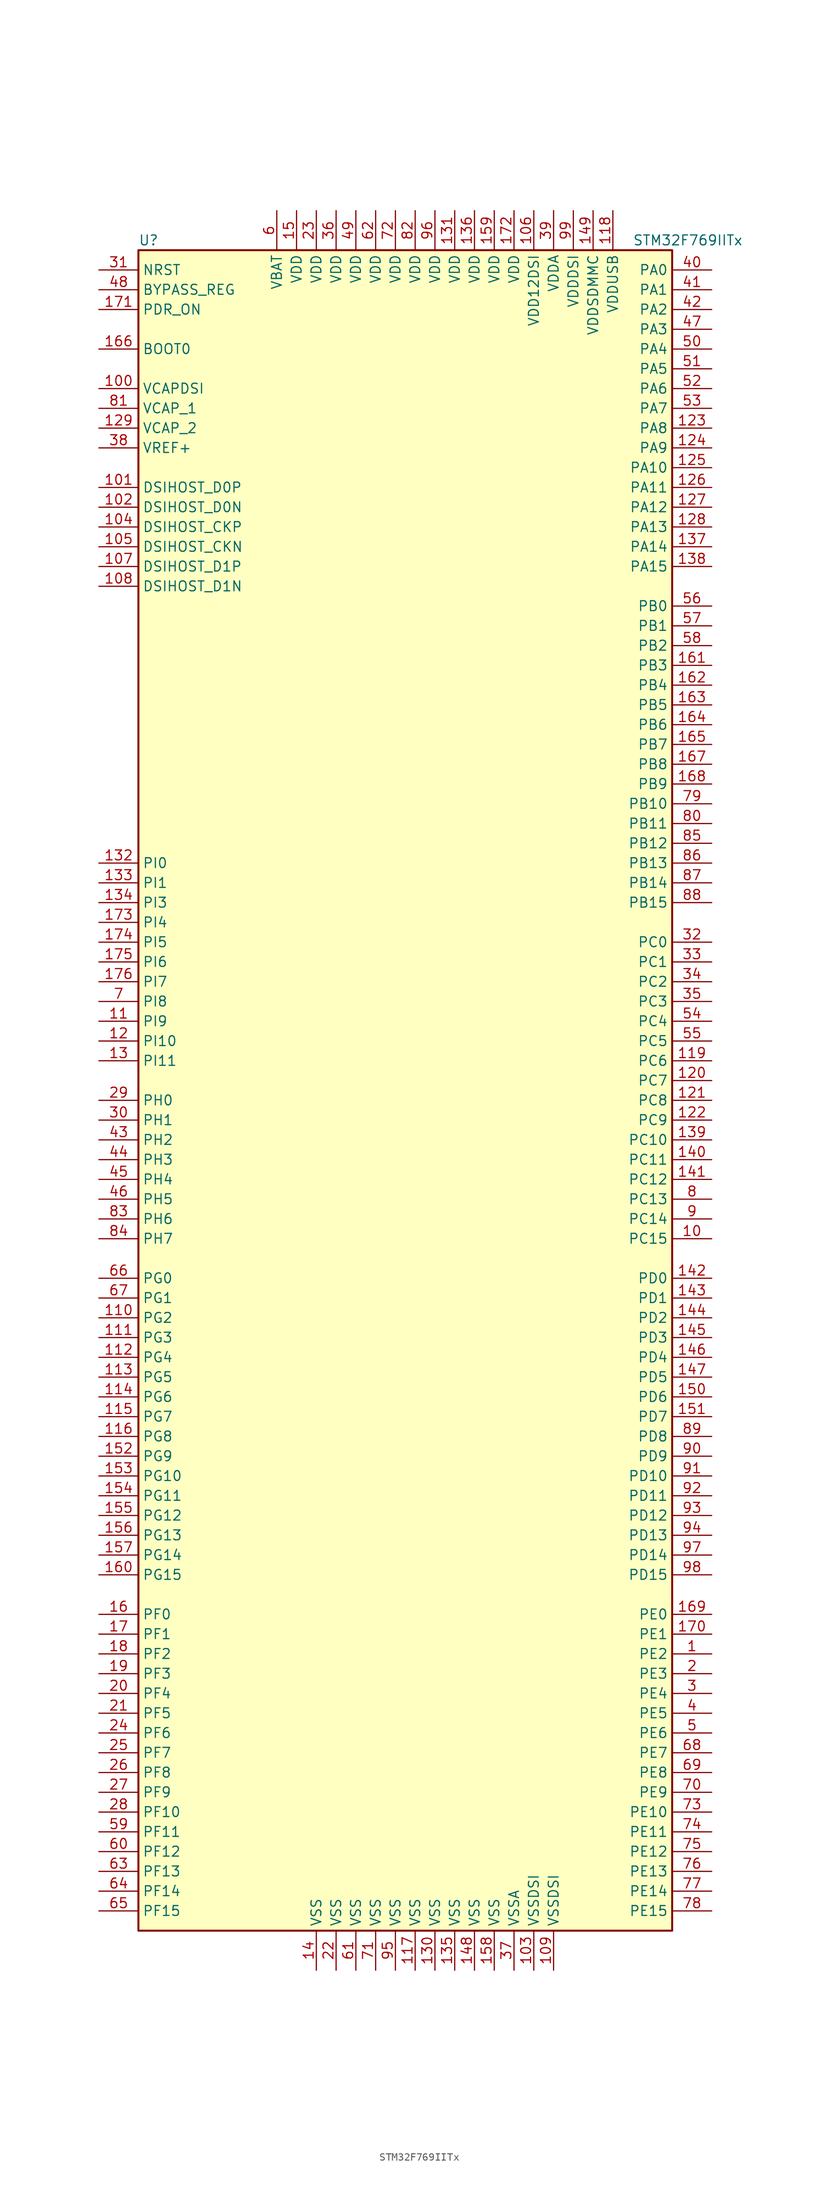
<source format=kicad_sym>
(kicad_symbol_lib
  (version 20201005)
  (generator kicad_symbol_editor)
  (symbol "MCU_ST_STM32F7:STM32F769IITx"
    (property "Reference" "U"
      (at -35.56 107.95 0)
      (effects (font (size 1.27 1.27)) (justify left)))
    (property "Value" "STM32F769IITx"
      (at 27.94 107.95 0)
      (effects (font (size 1.27 1.27)) (justify left)))
    (symbol "STM32F769IITx_0_1"
      (rectangle (start -35.56 -109.22) (end 33.02 106.68) (stroke (width 0.254)) (fill (type background))))
    (symbol "STM32F769IITx_1_1"
      (pin input line (at -40.64 93.98 0) (length 5.08) (name "BOOT0" (effects (font (size 1.27 1.27)))) (number "166" (effects (font (size 1.27 1.27)))))
      (pin input line (at -40.64 101.6 0) (length 5.08) (name "BYPASS_REG" (effects (font (size 1.27 1.27)))) (number "48" (effects (font (size 1.27 1.27)))))
      (pin bidirectional line (at -40.64 68.58 0) (length 5.08) (name "DSIHOST_CKN" (effects (font (size 1.27 1.27)))) (number "105" (effects (font (size 1.27 1.27)))))
      (pin bidirectional line (at -40.64 71.12 0) (length 5.08) (name "DSIHOST_CKP" (effects (font (size 1.27 1.27)))) (number "104" (effects (font (size 1.27 1.27)))))
      (pin bidirectional line (at -40.64 73.66 0) (length 5.08) (name "DSIHOST_D0N" (effects (font (size 1.27 1.27)))) (number "102" (effects (font (size 1.27 1.27)))))
      (pin bidirectional line (at -40.64 76.2 0) (length 5.08) (name "DSIHOST_D0P" (effects (font (size 1.27 1.27)))) (number "101" (effects (font (size 1.27 1.27)))))
      (pin bidirectional line (at -40.64 63.5 0) (length 5.08) (name "DSIHOST_D1N" (effects (font (size 1.27 1.27)))) (number "108" (effects (font (size 1.27 1.27)))))
      (pin bidirectional line (at -40.64 66.04 0) (length 5.08) (name "DSIHOST_D1P" (effects (font (size 1.27 1.27)))) (number "107" (effects (font (size 1.27 1.27)))))
      (pin input line (at -40.64 104.14 0) (length 5.08) (name "NRST" (effects (font (size 1.27 1.27)))) (number "31" (effects (font (size 1.27 1.27)))))
      (pin bidirectional line (at 38.1 104.14 180) (length 5.08) (name "PA0" (effects (font (size 1.27 1.27)))) (number "40" (effects (font (size 1.27 1.27)))))
      (pin bidirectional line (at 38.1 101.6 180) (length 5.08) (name "PA1" (effects (font (size 1.27 1.27)))) (number "41" (effects (font (size 1.27 1.27)))))
      (pin bidirectional line (at 38.1 78.74 180) (length 5.08) (name "PA10" (effects (font (size 1.27 1.27)))) (number "125" (effects (font (size 1.27 1.27)))))
      (pin bidirectional line (at 38.1 76.2 180) (length 5.08) (name "PA11" (effects (font (size 1.27 1.27)))) (number "126" (effects (font (size 1.27 1.27)))))
      (pin bidirectional line (at 38.1 73.66 180) (length 5.08) (name "PA12" (effects (font (size 1.27 1.27)))) (number "127" (effects (font (size 1.27 1.27)))))
      (pin bidirectional line (at 38.1 71.12 180) (length 5.08) (name "PA13" (effects (font (size 1.27 1.27)))) (number "128" (effects (font (size 1.27 1.27)))))
      (pin bidirectional line (at 38.1 68.58 180) (length 5.08) (name "PA14" (effects (font (size 1.27 1.27)))) (number "137" (effects (font (size 1.27 1.27)))))
      (pin bidirectional line (at 38.1 66.04 180) (length 5.08) (name "PA15" (effects (font (size 1.27 1.27)))) (number "138" (effects (font (size 1.27 1.27)))))
      (pin bidirectional line (at 38.1 99.06 180) (length 5.08) (name "PA2" (effects (font (size 1.27 1.27)))) (number "42" (effects (font (size 1.27 1.27)))))
      (pin bidirectional line (at 38.1 96.52 180) (length 5.08) (name "PA3" (effects (font (size 1.27 1.27)))) (number "47" (effects (font (size 1.27 1.27)))))
      (pin bidirectional line (at 38.1 93.98 180) (length 5.08) (name "PA4" (effects (font (size 1.27 1.27)))) (number "50" (effects (font (size 1.27 1.27)))))
      (pin bidirectional line (at 38.1 91.44 180) (length 5.08) (name "PA5" (effects (font (size 1.27 1.27)))) (number "51" (effects (font (size 1.27 1.27)))))
      (pin bidirectional line (at 38.1 88.9 180) (length 5.08) (name "PA6" (effects (font (size 1.27 1.27)))) (number "52" (effects (font (size 1.27 1.27)))))
      (pin bidirectional line (at 38.1 86.36 180) (length 5.08) (name "PA7" (effects (font (size 1.27 1.27)))) (number "53" (effects (font (size 1.27 1.27)))))
      (pin bidirectional line (at 38.1 83.82 180) (length 5.08) (name "PA8" (effects (font (size 1.27 1.27)))) (number "123" (effects (font (size 1.27 1.27)))))
      (pin bidirectional line (at 38.1 81.28 180) (length 5.08) (name "PA9" (effects (font (size 1.27 1.27)))) (number "124" (effects (font (size 1.27 1.27)))))
      (pin bidirectional line (at 38.1 60.96 180) (length 5.08) (name "PB0" (effects (font (size 1.27 1.27)))) (number "56" (effects (font (size 1.27 1.27)))))
      (pin bidirectional line (at 38.1 58.42 180) (length 5.08) (name "PB1" (effects (font (size 1.27 1.27)))) (number "57" (effects (font (size 1.27 1.27)))))
      (pin bidirectional line (at 38.1 35.56 180) (length 5.08) (name "PB10" (effects (font (size 1.27 1.27)))) (number "79" (effects (font (size 1.27 1.27)))))
      (pin bidirectional line (at 38.1 33.02 180) (length 5.08) (name "PB11" (effects (font (size 1.27 1.27)))) (number "80" (effects (font (size 1.27 1.27)))))
      (pin bidirectional line (at 38.1 30.48 180) (length 5.08) (name "PB12" (effects (font (size 1.27 1.27)))) (number "85" (effects (font (size 1.27 1.27)))))
      (pin bidirectional line (at 38.1 27.94 180) (length 5.08) (name "PB13" (effects (font (size 1.27 1.27)))) (number "86" (effects (font (size 1.27 1.27)))))
      (pin bidirectional line (at 38.1 25.4 180) (length 5.08) (name "PB14" (effects (font (size 1.27 1.27)))) (number "87" (effects (font (size 1.27 1.27)))))
      (pin bidirectional line (at 38.1 22.86 180) (length 5.08) (name "PB15" (effects (font (size 1.27 1.27)))) (number "88" (effects (font (size 1.27 1.27)))))
      (pin bidirectional line (at 38.1 55.88 180) (length 5.08) (name "PB2" (effects (font (size 1.27 1.27)))) (number "58" (effects (font (size 1.27 1.27)))))
      (pin bidirectional line (at 38.1 53.34 180) (length 5.08) (name "PB3" (effects (font (size 1.27 1.27)))) (number "161" (effects (font (size 1.27 1.27)))))
      (pin bidirectional line (at 38.1 50.8 180) (length 5.08) (name "PB4" (effects (font (size 1.27 1.27)))) (number "162" (effects (font (size 1.27 1.27)))))
      (pin bidirectional line (at 38.1 48.26 180) (length 5.08) (name "PB5" (effects (font (size 1.27 1.27)))) (number "163" (effects (font (size 1.27 1.27)))))
      (pin bidirectional line (at 38.1 45.72 180) (length 5.08) (name "PB6" (effects (font (size 1.27 1.27)))) (number "164" (effects (font (size 1.27 1.27)))))
      (pin bidirectional line (at 38.1 43.18 180) (length 5.08) (name "PB7" (effects (font (size 1.27 1.27)))) (number "165" (effects (font (size 1.27 1.27)))))
      (pin bidirectional line (at 38.1 40.64 180) (length 5.08) (name "PB8" (effects (font (size 1.27 1.27)))) (number "167" (effects (font (size 1.27 1.27)))))
      (pin bidirectional line (at 38.1 38.1 180) (length 5.08) (name "PB9" (effects (font (size 1.27 1.27)))) (number "168" (effects (font (size 1.27 1.27)))))
      (pin bidirectional line (at 38.1 17.78 180) (length 5.08) (name "PC0" (effects (font (size 1.27 1.27)))) (number "32" (effects (font (size 1.27 1.27)))))
      (pin bidirectional line (at 38.1 15.24 180) (length 5.08) (name "PC1" (effects (font (size 1.27 1.27)))) (number "33" (effects (font (size 1.27 1.27)))))
      (pin bidirectional line (at 38.1 -7.62 180) (length 5.08) (name "PC10" (effects (font (size 1.27 1.27)))) (number "139" (effects (font (size 1.27 1.27)))))
      (pin bidirectional line (at 38.1 -10.16 180) (length 5.08) (name "PC11" (effects (font (size 1.27 1.27)))) (number "140" (effects (font (size 1.27 1.27)))))
      (pin bidirectional line (at 38.1 -12.7 180) (length 5.08) (name "PC12" (effects (font (size 1.27 1.27)))) (number "141" (effects (font (size 1.27 1.27)))))
      (pin bidirectional line (at 38.1 -15.24 180) (length 5.08) (name "PC13" (effects (font (size 1.27 1.27)))) (number "8" (effects (font (size 1.27 1.27)))))
      (pin bidirectional line (at 38.1 -17.78 180) (length 5.08) (name "PC14" (effects (font (size 1.27 1.27)))) (number "9" (effects (font (size 1.27 1.27)))))
      (pin bidirectional line (at 38.1 -20.32 180) (length 5.08) (name "PC15" (effects (font (size 1.27 1.27)))) (number "10" (effects (font (size 1.27 1.27)))))
      (pin bidirectional line (at 38.1 12.7 180) (length 5.08) (name "PC2" (effects (font (size 1.27 1.27)))) (number "34" (effects (font (size 1.27 1.27)))))
      (pin bidirectional line (at 38.1 10.16 180) (length 5.08) (name "PC3" (effects (font (size 1.27 1.27)))) (number "35" (effects (font (size 1.27 1.27)))))
      (pin bidirectional line (at 38.1 7.62 180) (length 5.08) (name "PC4" (effects (font (size 1.27 1.27)))) (number "54" (effects (font (size 1.27 1.27)))))
      (pin bidirectional line (at 38.1 5.08 180) (length 5.08) (name "PC5" (effects (font (size 1.27 1.27)))) (number "55" (effects (font (size 1.27 1.27)))))
      (pin bidirectional line (at 38.1 2.54 180) (length 5.08) (name "PC6" (effects (font (size 1.27 1.27)))) (number "119" (effects (font (size 1.27 1.27)))))
      (pin bidirectional line (at 38.1 0 180) (length 5.08) (name "PC7" (effects (font (size 1.27 1.27)))) (number "120" (effects (font (size 1.27 1.27)))))
      (pin bidirectional line (at 38.1 -2.54 180) (length 5.08) (name "PC8" (effects (font (size 1.27 1.27)))) (number "121" (effects (font (size 1.27 1.27)))))
      (pin bidirectional line (at 38.1 -5.08 180) (length 5.08) (name "PC9" (effects (font (size 1.27 1.27)))) (number "122" (effects (font (size 1.27 1.27)))))
      (pin bidirectional line (at 38.1 -25.4 180) (length 5.08) (name "PD0" (effects (font (size 1.27 1.27)))) (number "142" (effects (font (size 1.27 1.27)))))
      (pin bidirectional line (at 38.1 -27.94 180) (length 5.08) (name "PD1" (effects (font (size 1.27 1.27)))) (number "143" (effects (font (size 1.27 1.27)))))
      (pin bidirectional line (at 38.1 -50.8 180) (length 5.08) (name "PD10" (effects (font (size 1.27 1.27)))) (number "91" (effects (font (size 1.27 1.27)))))
      (pin bidirectional line (at 38.1 -53.34 180) (length 5.08) (name "PD11" (effects (font (size 1.27 1.27)))) (number "92" (effects (font (size 1.27 1.27)))))
      (pin bidirectional line (at 38.1 -55.88 180) (length 5.08) (name "PD12" (effects (font (size 1.27 1.27)))) (number "93" (effects (font (size 1.27 1.27)))))
      (pin bidirectional line (at 38.1 -58.42 180) (length 5.08) (name "PD13" (effects (font (size 1.27 1.27)))) (number "94" (effects (font (size 1.27 1.27)))))
      (pin bidirectional line (at 38.1 -60.96 180) (length 5.08) (name "PD14" (effects (font (size 1.27 1.27)))) (number "97" (effects (font (size 1.27 1.27)))))
      (pin bidirectional line (at 38.1 -63.5 180) (length 5.08) (name "PD15" (effects (font (size 1.27 1.27)))) (number "98" (effects (font (size 1.27 1.27)))))
      (pin bidirectional line (at 38.1 -30.48 180) (length 5.08) (name "PD2" (effects (font (size 1.27 1.27)))) (number "144" (effects (font (size 1.27 1.27)))))
      (pin bidirectional line (at 38.1 -33.02 180) (length 5.08) (name "PD3" (effects (font (size 1.27 1.27)))) (number "145" (effects (font (size 1.27 1.27)))))
      (pin bidirectional line (at 38.1 -35.56 180) (length 5.08) (name "PD4" (effects (font (size 1.27 1.27)))) (number "146" (effects (font (size 1.27 1.27)))))
      (pin bidirectional line (at 38.1 -38.1 180) (length 5.08) (name "PD5" (effects (font (size 1.27 1.27)))) (number "147" (effects (font (size 1.27 1.27)))))
      (pin bidirectional line (at 38.1 -40.64 180) (length 5.08) (name "PD6" (effects (font (size 1.27 1.27)))) (number "150" (effects (font (size 1.27 1.27)))))
      (pin bidirectional line (at 38.1 -43.18 180) (length 5.08) (name "PD7" (effects (font (size 1.27 1.27)))) (number "151" (effects (font (size 1.27 1.27)))))
      (pin bidirectional line (at 38.1 -45.72 180) (length 5.08) (name "PD8" (effects (font (size 1.27 1.27)))) (number "89" (effects (font (size 1.27 1.27)))))
      (pin bidirectional line (at 38.1 -48.26 180) (length 5.08) (name "PD9" (effects (font (size 1.27 1.27)))) (number "90" (effects (font (size 1.27 1.27)))))
      (pin input line (at -40.64 99.06 0) (length 5.08) (name "PDR_ON" (effects (font (size 1.27 1.27)))) (number "171" (effects (font (size 1.27 1.27)))))
      (pin bidirectional line (at 38.1 -68.58 180) (length 5.08) (name "PE0" (effects (font (size 1.27 1.27)))) (number "169" (effects (font (size 1.27 1.27)))))
      (pin bidirectional line (at 38.1 -71.12 180) (length 5.08) (name "PE1" (effects (font (size 1.27 1.27)))) (number "170" (effects (font (size 1.27 1.27)))))
      (pin bidirectional line (at 38.1 -93.98 180) (length 5.08) (name "PE10" (effects (font (size 1.27 1.27)))) (number "73" (effects (font (size 1.27 1.27)))))
      (pin bidirectional line (at 38.1 -96.52 180) (length 5.08) (name "PE11" (effects (font (size 1.27 1.27)))) (number "74" (effects (font (size 1.27 1.27)))))
      (pin bidirectional line (at 38.1 -99.06 180) (length 5.08) (name "PE12" (effects (font (size 1.27 1.27)))) (number "75" (effects (font (size 1.27 1.27)))))
      (pin bidirectional line (at 38.1 -101.6 180) (length 5.08) (name "PE13" (effects (font (size 1.27 1.27)))) (number "76" (effects (font (size 1.27 1.27)))))
      (pin bidirectional line (at 38.1 -104.14 180) (length 5.08) (name "PE14" (effects (font (size 1.27 1.27)))) (number "77" (effects (font (size 1.27 1.27)))))
      (pin bidirectional line (at 38.1 -106.68 180) (length 5.08) (name "PE15" (effects (font (size 1.27 1.27)))) (number "78" (effects (font (size 1.27 1.27)))))
      (pin bidirectional line (at 38.1 -73.66 180) (length 5.08) (name "PE2" (effects (font (size 1.27 1.27)))) (number "1" (effects (font (size 1.27 1.27)))))
      (pin bidirectional line (at 38.1 -76.2 180) (length 5.08) (name "PE3" (effects (font (size 1.27 1.27)))) (number "2" (effects (font (size 1.27 1.27)))))
      (pin bidirectional line (at 38.1 -78.74 180) (length 5.08) (name "PE4" (effects (font (size 1.27 1.27)))) (number "3" (effects (font (size 1.27 1.27)))))
      (pin bidirectional line (at 38.1 -81.28 180) (length 5.08) (name "PE5" (effects (font (size 1.27 1.27)))) (number "4" (effects (font (size 1.27 1.27)))))
      (pin bidirectional line (at 38.1 -83.82 180) (length 5.08) (name "PE6" (effects (font (size 1.27 1.27)))) (number "5" (effects (font (size 1.27 1.27)))))
      (pin bidirectional line (at 38.1 -86.36 180) (length 5.08) (name "PE7" (effects (font (size 1.27 1.27)))) (number "68" (effects (font (size 1.27 1.27)))))
      (pin bidirectional line (at 38.1 -88.9 180) (length 5.08) (name "PE8" (effects (font (size 1.27 1.27)))) (number "69" (effects (font (size 1.27 1.27)))))
      (pin bidirectional line (at 38.1 -91.44 180) (length 5.08) (name "PE9" (effects (font (size 1.27 1.27)))) (number "70" (effects (font (size 1.27 1.27)))))
      (pin bidirectional line (at -40.64 -68.58 0) (length 5.08) (name "PF0" (effects (font (size 1.27 1.27)))) (number "16" (effects (font (size 1.27 1.27)))))
      (pin bidirectional line (at -40.64 -71.12 0) (length 5.08) (name "PF1" (effects (font (size 1.27 1.27)))) (number "17" (effects (font (size 1.27 1.27)))))
      (pin bidirectional line (at -40.64 -93.98 0) (length 5.08) (name "PF10" (effects (font (size 1.27 1.27)))) (number "28" (effects (font (size 1.27 1.27)))))
      (pin bidirectional line (at -40.64 -96.52 0) (length 5.08) (name "PF11" (effects (font (size 1.27 1.27)))) (number "59" (effects (font (size 1.27 1.27)))))
      (pin bidirectional line (at -40.64 -99.06 0) (length 5.08) (name "PF12" (effects (font (size 1.27 1.27)))) (number "60" (effects (font (size 1.27 1.27)))))
      (pin bidirectional line (at -40.64 -101.6 0) (length 5.08) (name "PF13" (effects (font (size 1.27 1.27)))) (number "63" (effects (font (size 1.27 1.27)))))
      (pin bidirectional line (at -40.64 -104.14 0) (length 5.08) (name "PF14" (effects (font (size 1.27 1.27)))) (number "64" (effects (font (size 1.27 1.27)))))
      (pin bidirectional line (at -40.64 -106.68 0) (length 5.08) (name "PF15" (effects (font (size 1.27 1.27)))) (number "65" (effects (font (size 1.27 1.27)))))
      (pin bidirectional line (at -40.64 -73.66 0) (length 5.08) (name "PF2" (effects (font (size 1.27 1.27)))) (number "18" (effects (font (size 1.27 1.27)))))
      (pin bidirectional line (at -40.64 -76.2 0) (length 5.08) (name "PF3" (effects (font (size 1.27 1.27)))) (number "19" (effects (font (size 1.27 1.27)))))
      (pin bidirectional line (at -40.64 -78.74 0) (length 5.08) (name "PF4" (effects (font (size 1.27 1.27)))) (number "20" (effects (font (size 1.27 1.27)))))
      (pin bidirectional line (at -40.64 -81.28 0) (length 5.08) (name "PF5" (effects (font (size 1.27 1.27)))) (number "21" (effects (font (size 1.27 1.27)))))
      (pin bidirectional line (at -40.64 -83.82 0) (length 5.08) (name "PF6" (effects (font (size 1.27 1.27)))) (number "24" (effects (font (size 1.27 1.27)))))
      (pin bidirectional line (at -40.64 -86.36 0) (length 5.08) (name "PF7" (effects (font (size 1.27 1.27)))) (number "25" (effects (font (size 1.27 1.27)))))
      (pin bidirectional line (at -40.64 -88.9 0) (length 5.08) (name "PF8" (effects (font (size 1.27 1.27)))) (number "26" (effects (font (size 1.27 1.27)))))
      (pin bidirectional line (at -40.64 -91.44 0) (length 5.08) (name "PF9" (effects (font (size 1.27 1.27)))) (number "27" (effects (font (size 1.27 1.27)))))
      (pin bidirectional line (at -40.64 -25.4 0) (length 5.08) (name "PG0" (effects (font (size 1.27 1.27)))) (number "66" (effects (font (size 1.27 1.27)))))
      (pin bidirectional line (at -40.64 -27.94 0) (length 5.08) (name "PG1" (effects (font (size 1.27 1.27)))) (number "67" (effects (font (size 1.27 1.27)))))
      (pin bidirectional line (at -40.64 -50.8 0) (length 5.08) (name "PG10" (effects (font (size 1.27 1.27)))) (number "153" (effects (font (size 1.27 1.27)))))
      (pin bidirectional line (at -40.64 -53.34 0) (length 5.08) (name "PG11" (effects (font (size 1.27 1.27)))) (number "154" (effects (font (size 1.27 1.27)))))
      (pin bidirectional line (at -40.64 -55.88 0) (length 5.08) (name "PG12" (effects (font (size 1.27 1.27)))) (number "155" (effects (font (size 1.27 1.27)))))
      (pin bidirectional line (at -40.64 -58.42 0) (length 5.08) (name "PG13" (effects (font (size 1.27 1.27)))) (number "156" (effects (font (size 1.27 1.27)))))
      (pin bidirectional line (at -40.64 -60.96 0) (length 5.08) (name "PG14" (effects (font (size 1.27 1.27)))) (number "157" (effects (font (size 1.27 1.27)))))
      (pin bidirectional line (at -40.64 -63.5 0) (length 5.08) (name "PG15" (effects (font (size 1.27 1.27)))) (number "160" (effects (font (size 1.27 1.27)))))
      (pin bidirectional line (at -40.64 -30.48 0) (length 5.08) (name "PG2" (effects (font (size 1.27 1.27)))) (number "110" (effects (font (size 1.27 1.27)))))
      (pin bidirectional line (at -40.64 -33.02 0) (length 5.08) (name "PG3" (effects (font (size 1.27 1.27)))) (number "111" (effects (font (size 1.27 1.27)))))
      (pin bidirectional line (at -40.64 -35.56 0) (length 5.08) (name "PG4" (effects (font (size 1.27 1.27)))) (number "112" (effects (font (size 1.27 1.27)))))
      (pin bidirectional line (at -40.64 -38.1 0) (length 5.08) (name "PG5" (effects (font (size 1.27 1.27)))) (number "113" (effects (font (size 1.27 1.27)))))
      (pin bidirectional line (at -40.64 -40.64 0) (length 5.08) (name "PG6" (effects (font (size 1.27 1.27)))) (number "114" (effects (font (size 1.27 1.27)))))
      (pin bidirectional line (at -40.64 -43.18 0) (length 5.08) (name "PG7" (effects (font (size 1.27 1.27)))) (number "115" (effects (font (size 1.27 1.27)))))
      (pin bidirectional line (at -40.64 -45.72 0) (length 5.08) (name "PG8" (effects (font (size 1.27 1.27)))) (number "116" (effects (font (size 1.27 1.27)))))
      (pin bidirectional line (at -40.64 -48.26 0) (length 5.08) (name "PG9" (effects (font (size 1.27 1.27)))) (number "152" (effects (font (size 1.27 1.27)))))
      (pin input line (at -40.64 -2.54 0) (length 5.08) (name "PH0" (effects (font (size 1.27 1.27)))) (number "29" (effects (font (size 1.27 1.27)))))
      (pin input line (at -40.64 -5.08 0) (length 5.08) (name "PH1" (effects (font (size 1.27 1.27)))) (number "30" (effects (font (size 1.27 1.27)))))
      (pin bidirectional line (at -40.64 -7.62 0) (length 5.08) (name "PH2" (effects (font (size 1.27 1.27)))) (number "43" (effects (font (size 1.27 1.27)))))
      (pin bidirectional line (at -40.64 -10.16 0) (length 5.08) (name "PH3" (effects (font (size 1.27 1.27)))) (number "44" (effects (font (size 1.27 1.27)))))
      (pin bidirectional line (at -40.64 -12.7 0) (length 5.08) (name "PH4" (effects (font (size 1.27 1.27)))) (number "45" (effects (font (size 1.27 1.27)))))
      (pin bidirectional line (at -40.64 -15.24 0) (length 5.08) (name "PH5" (effects (font (size 1.27 1.27)))) (number "46" (effects (font (size 1.27 1.27)))))
      (pin bidirectional line (at -40.64 -17.78 0) (length 5.08) (name "PH6" (effects (font (size 1.27 1.27)))) (number "83" (effects (font (size 1.27 1.27)))))
      (pin bidirectional line (at -40.64 -20.32 0) (length 5.08) (name "PH7" (effects (font (size 1.27 1.27)))) (number "84" (effects (font (size 1.27 1.27)))))
      (pin bidirectional line (at -40.64 27.94 0) (length 5.08) (name "PI0" (effects (font (size 1.27 1.27)))) (number "132" (effects (font (size 1.27 1.27)))))
      (pin bidirectional line (at -40.64 25.4 0) (length 5.08) (name "PI1" (effects (font (size 1.27 1.27)))) (number "133" (effects (font (size 1.27 1.27)))))
      (pin bidirectional line (at -40.64 5.08 0) (length 5.08) (name "PI10" (effects (font (size 1.27 1.27)))) (number "12" (effects (font (size 1.27 1.27)))))
      (pin bidirectional line (at -40.64 2.54 0) (length 5.08) (name "PI11" (effects (font (size 1.27 1.27)))) (number "13" (effects (font (size 1.27 1.27)))))
      (pin bidirectional line (at -40.64 22.86 0) (length 5.08) (name "PI3" (effects (font (size 1.27 1.27)))) (number "134" (effects (font (size 1.27 1.27)))))
      (pin bidirectional line (at -40.64 20.32 0) (length 5.08) (name "PI4" (effects (font (size 1.27 1.27)))) (number "173" (effects (font (size 1.27 1.27)))))
      (pin bidirectional line (at -40.64 17.78 0) (length 5.08) (name "PI5" (effects (font (size 1.27 1.27)))) (number "174" (effects (font (size 1.27 1.27)))))
      (pin bidirectional line (at -40.64 15.24 0) (length 5.08) (name "PI6" (effects (font (size 1.27 1.27)))) (number "175" (effects (font (size 1.27 1.27)))))
      (pin bidirectional line (at -40.64 12.7 0) (length 5.08) (name "PI7" (effects (font (size 1.27 1.27)))) (number "176" (effects (font (size 1.27 1.27)))))
      (pin bidirectional line (at -40.64 10.16 0) (length 5.08) (name "PI8" (effects (font (size 1.27 1.27)))) (number "7" (effects (font (size 1.27 1.27)))))
      (pin bidirectional line (at -40.64 7.62 0) (length 5.08) (name "PI9" (effects (font (size 1.27 1.27)))) (number "11" (effects (font (size 1.27 1.27)))))
      (pin power_in line (at -17.78 111.76 270) (length 5.08) (name "VBAT" (effects (font (size 1.27 1.27)))) (number "6" (effects (font (size 1.27 1.27)))))
      (pin power_in line (at -40.64 88.9 0) (length 5.08) (name "VCAPDSI" (effects (font (size 1.27 1.27)))) (number "100" (effects (font (size 1.27 1.27)))))
      (pin power_in line (at -40.64 86.36 0) (length 5.08) (name "VCAP_1" (effects (font (size 1.27 1.27)))) (number "81" (effects (font (size 1.27 1.27)))))
      (pin power_in line (at -40.64 83.82 0) (length 5.08) (name "VCAP_2" (effects (font (size 1.27 1.27)))) (number "129" (effects (font (size 1.27 1.27)))))
      (pin power_in line (at 5.08 111.76 270) (length 5.08) (name "VDD" (effects (font (size 1.27 1.27)))) (number "131" (effects (font (size 1.27 1.27)))))
      (pin power_in line (at 7.62 111.76 270) (length 5.08) (name "VDD" (effects (font (size 1.27 1.27)))) (number "136" (effects (font (size 1.27 1.27)))))
      (pin power_in line (at -15.24 111.76 270) (length 5.08) (name "VDD" (effects (font (size 1.27 1.27)))) (number "15" (effects (font (size 1.27 1.27)))))
      (pin power_in line (at 10.16 111.76 270) (length 5.08) (name "VDD" (effects (font (size 1.27 1.27)))) (number "159" (effects (font (size 1.27 1.27)))))
      (pin power_in line (at 12.7 111.76 270) (length 5.08) (name "VDD" (effects (font (size 1.27 1.27)))) (number "172" (effects (font (size 1.27 1.27)))))
      (pin power_in line (at -12.7 111.76 270) (length 5.08) (name "VDD" (effects (font (size 1.27 1.27)))) (number "23" (effects (font (size 1.27 1.27)))))
      (pin power_in line (at -10.16 111.76 270) (length 5.08) (name "VDD" (effects (font (size 1.27 1.27)))) (number "36" (effects (font (size 1.27 1.27)))))
      (pin power_in line (at -7.62 111.76 270) (length 5.08) (name "VDD" (effects (font (size 1.27 1.27)))) (number "49" (effects (font (size 1.27 1.27)))))
      (pin power_in line (at -5.08 111.76 270) (length 5.08) (name "VDD" (effects (font (size 1.27 1.27)))) (number "62" (effects (font (size 1.27 1.27)))))
      (pin power_in line (at -2.54 111.76 270) (length 5.08) (name "VDD" (effects (font (size 1.27 1.27)))) (number "72" (effects (font (size 1.27 1.27)))))
      (pin power_in line (at 0 111.76 270) (length 5.08) (name "VDD" (effects (font (size 1.27 1.27)))) (number "82" (effects (font (size 1.27 1.27)))))
      (pin power_in line (at 2.54 111.76 270) (length 5.08) (name "VDD" (effects (font (size 1.27 1.27)))) (number "96" (effects (font (size 1.27 1.27)))))
      (pin power_in line (at 15.24 111.76 270) (length 5.08) (name "VDD12DSI" (effects (font (size 1.27 1.27)))) (number "106" (effects (font (size 1.27 1.27)))))
      (pin power_in line (at 17.78 111.76 270) (length 5.08) (name "VDDA" (effects (font (size 1.27 1.27)))) (number "39" (effects (font (size 1.27 1.27)))))
      (pin power_in line (at 20.32 111.76 270) (length 5.08) (name "VDDDSI" (effects (font (size 1.27 1.27)))) (number "99" (effects (font (size 1.27 1.27)))))
      (pin power_in line (at 22.86 111.76 270) (length 5.08) (name "VDDSDMMC" (effects (font (size 1.27 1.27)))) (number "149" (effects (font (size 1.27 1.27)))))
      (pin power_in line (at 25.4 111.76 270) (length 5.08) (name "VDDUSB" (effects (font (size 1.27 1.27)))) (number "118" (effects (font (size 1.27 1.27)))))
      (pin power_in line (at -40.64 81.28 0) (length 5.08) (name "VREF+" (effects (font (size 1.27 1.27)))) (number "38" (effects (font (size 1.27 1.27)))))
      (pin power_in line (at 0 -114.3 90) (length 5.08) (name "VSS" (effects (font (size 1.27 1.27)))) (number "117" (effects (font (size 1.27 1.27)))))
      (pin power_in line (at 2.54 -114.3 90) (length 5.08) (name "VSS" (effects (font (size 1.27 1.27)))) (number "130" (effects (font (size 1.27 1.27)))))
      (pin power_in line (at 5.08 -114.3 90) (length 5.08) (name "VSS" (effects (font (size 1.27 1.27)))) (number "135" (effects (font (size 1.27 1.27)))))
      (pin power_in line (at -12.7 -114.3 90) (length 5.08) (name "VSS" (effects (font (size 1.27 1.27)))) (number "14" (effects (font (size 1.27 1.27)))))
      (pin power_in line (at 7.62 -114.3 90) (length 5.08) (name "VSS" (effects (font (size 1.27 1.27)))) (number "148" (effects (font (size 1.27 1.27)))))
      (pin power_in line (at 10.16 -114.3 90) (length 5.08) (name "VSS" (effects (font (size 1.27 1.27)))) (number "158" (effects (font (size 1.27 1.27)))))
      (pin power_in line (at -10.16 -114.3 90) (length 5.08) (name "VSS" (effects (font (size 1.27 1.27)))) (number "22" (effects (font (size 1.27 1.27)))))
      (pin power_in line (at -7.62 -114.3 90) (length 5.08) (name "VSS" (effects (font (size 1.27 1.27)))) (number "61" (effects (font (size 1.27 1.27)))))
      (pin power_in line (at -5.08 -114.3 90) (length 5.08) (name "VSS" (effects (font (size 1.27 1.27)))) (number "71" (effects (font (size 1.27 1.27)))))
      (pin power_in line (at -2.54 -114.3 90) (length 5.08) (name "VSS" (effects (font (size 1.27 1.27)))) (number "95" (effects (font (size 1.27 1.27)))))
      (pin power_in line (at 12.7 -114.3 90) (length 5.08) (name "VSSA" (effects (font (size 1.27 1.27)))) (number "37" (effects (font (size 1.27 1.27)))))
      (pin power_in line (at 15.24 -114.3 90) (length 5.08) (name "VSSDSI" (effects (font (size 1.27 1.27)))) (number "103" (effects (font (size 1.27 1.27)))))
      (pin power_in line (at 17.78 -114.3 90) (length 5.08) (name "VSSDSI" (effects (font (size 1.27 1.27)))) (number "109" (effects (font (size 1.27 1.27))))))))
</source>
